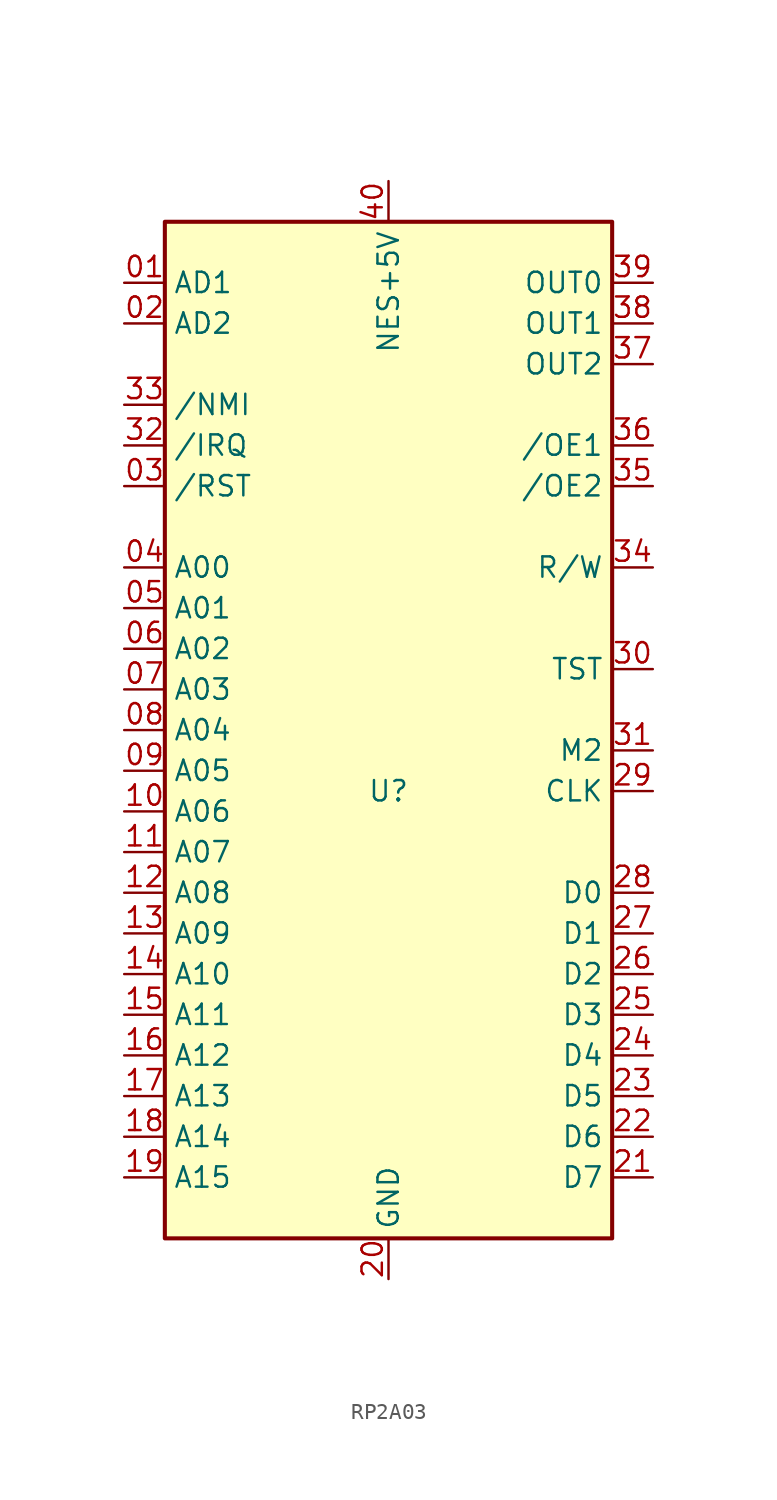
<source format=kicad_sym>
(kicad_symbol_lib
  (version 20231120)
  (generator "kicad_symbol_editor")
  (generator_version "8.0")
  (symbol "RP2A03"
    (property "Reference" "U"
      (at 0 -3.81 0)
      (effects (font (size 1.27 1.27))))
    (property "Value" ""
      (at 0 -3.81 0)
      (effects (font (size 1.27 1.27))))
    (symbol "RP2A03_1_1"
      (rectangle (start -13.97 31.75) (end 13.97 -31.75) (stroke (width 0.254) (type default)) (fill (type background)))
      (pin bidirectional line (at -16.51 27.94 0) (length 2.54) (name "AD1" (effects (font (size 1.27 1.27)))) (number "01" (effects (font (size 1.27 1.27)))))
      (pin bidirectional line (at -16.51 25.4 0) (length 2.54) (name "AD2" (effects (font (size 1.27 1.27)))) (number "02" (effects (font (size 1.27 1.27)))))
      (pin bidirectional line (at -16.51 15.24 0) (length 2.54) (name "/RST" (effects (font (size 1.27 1.27)))) (number "03" (effects (font (size 1.27 1.27)))))
      (pin bidirectional line (at -16.51 10.16 0) (length 2.54) (name "A00" (effects (font (size 1.27 1.27)))) (number "04" (effects (font (size 1.27 1.27)))))
      (pin bidirectional line (at -16.51 7.62 0) (length 2.54) (name "A01" (effects (font (size 1.27 1.27)))) (number "05" (effects (font (size 1.27 1.27)))))
      (pin bidirectional line (at -16.51 5.08 0) (length 2.54) (name "A02" (effects (font (size 1.27 1.27)))) (number "06" (effects (font (size 1.27 1.27)))))
      (pin bidirectional line (at -16.51 2.54 0) (length 2.54) (name "A03" (effects (font (size 1.27 1.27)))) (number "07" (effects (font (size 1.27 1.27)))))
      (pin bidirectional line (at -16.51 0 0) (length 2.54) (name "A04" (effects (font (size 1.27 1.27)))) (number "08" (effects (font (size 1.27 1.27)))))
      (pin bidirectional line (at -16.51 -2.54 0) (length 2.54) (name "A05" (effects (font (size 1.27 1.27)))) (number "09" (effects (font (size 1.27 1.27)))))
      (pin bidirectional line (at -16.51 -5.08 0) (length 2.54) (name "A06" (effects (font (size 1.27 1.27)))) (number "10" (effects (font (size 1.27 1.27)))))
      (pin bidirectional line (at -16.51 -7.62 0) (length 2.54) (name "A07" (effects (font (size 1.27 1.27)))) (number "11" (effects (font (size 1.27 1.27)))))
      (pin bidirectional line (at -16.51 -10.16 0) (length 2.54) (name "A08" (effects (font (size 1.27 1.27)))) (number "12" (effects (font (size 1.27 1.27)))))
      (pin bidirectional line (at -16.51 -12.7 0) (length 2.54) (name "A09" (effects (font (size 1.27 1.27)))) (number "13" (effects (font (size 1.27 1.27)))))
      (pin bidirectional line (at -16.51 -15.24 0) (length 2.54) (name "A10" (effects (font (size 1.27 1.27)))) (number "14" (effects (font (size 1.27 1.27)))))
      (pin bidirectional line (at -16.51 -17.78 0) (length 2.54) (name "A11" (effects (font (size 1.27 1.27)))) (number "15" (effects (font (size 1.27 1.27)))))
      (pin bidirectional line (at -16.51 -20.32 0) (length 2.54) (name "A12" (effects (font (size 1.27 1.27)))) (number "16" (effects (font (size 1.27 1.27)))))
      (pin bidirectional line (at -16.51 -22.86 0) (length 2.54) (name "A13" (effects (font (size 1.27 1.27)))) (number "17" (effects (font (size 1.27 1.27)))))
      (pin bidirectional line (at -16.51 -25.4 0) (length 2.54) (name "A14" (effects (font (size 1.27 1.27)))) (number "18" (effects (font (size 1.27 1.27)))))
      (pin bidirectional line (at -16.51 -27.94 0) (length 2.54) (name "A15" (effects (font (size 1.27 1.27)))) (number "19" (effects (font (size 1.27 1.27)))))
      (pin power_in line (at 0 -34.29 90) (length 2.54) (name "GND" (effects (font (size 1.27 1.27)))) (number "20" (effects (font (size 1.27 1.27)))))
      (pin bidirectional line (at 16.51 -27.94 180) (length 2.54) (name "D7" (effects (font (size 1.27 1.27)))) (number "21" (effects (font (size 1.27 1.27)))))
      (pin bidirectional line (at 16.51 -25.4 180) (length 2.54) (name "D6" (effects (font (size 1.27 1.27)))) (number "22" (effects (font (size 1.27 1.27)))))
      (pin bidirectional line (at 16.51 -22.86 180) (length 2.54) (name "D5" (effects (font (size 1.27 1.27)))) (number "23" (effects (font (size 1.27 1.27)))))
      (pin bidirectional line (at 16.51 -20.32 180) (length 2.54) (name "D4" (effects (font (size 1.27 1.27)))) (number "24" (effects (font (size 1.27 1.27)))))
      (pin bidirectional line (at 16.51 -17.78 180) (length 2.54) (name "D3" (effects (font (size 1.27 1.27)))) (number "25" (effects (font (size 1.27 1.27)))))
      (pin bidirectional line (at 16.51 -15.24 180) (length 2.54) (name "D2" (effects (font (size 1.27 1.27)))) (number "26" (effects (font (size 1.27 1.27)))))
      (pin bidirectional line (at 16.51 -12.7 180) (length 2.54) (name "D1" (effects (font (size 1.27 1.27)))) (number "27" (effects (font (size 1.27 1.27)))))
      (pin bidirectional line (at 16.51 -10.16 180) (length 2.54) (name "D0" (effects (font (size 1.27 1.27)))) (number "28" (effects (font (size 1.27 1.27)))))
      (pin bidirectional line (at 16.51 -3.81 180) (length 2.54) (name "CLK" (effects (font (size 1.27 1.27)))) (number "29" (effects (font (size 1.27 1.27)))))
      (pin bidirectional line (at 16.51 3.81 180) (length 2.54) (name "TST" (effects (font (size 1.27 1.27)))) (number "30" (effects (font (size 1.27 1.27)))))
      (pin bidirectional line (at 16.51 -1.27 180) (length 2.54) (name "M2" (effects (font (size 1.27 1.27)))) (number "31" (effects (font (size 1.27 1.27)))))
      (pin bidirectional line (at -16.51 17.78 0) (length 2.54) (name "/IRQ" (effects (font (size 1.27 1.27)))) (number "32" (effects (font (size 1.27 1.27)))))
      (pin bidirectional line (at -16.51 20.32 0) (length 2.54) (name "/NMI" (effects (font (size 1.27 1.27)))) (number "33" (effects (font (size 1.27 1.27)))))
      (pin bidirectional line (at 16.51 10.16 180) (length 2.54) (name "R/W" (effects (font (size 1.27 1.27)))) (number "34" (effects (font (size 1.27 1.27)))))
      (pin bidirectional line (at 16.51 15.24 180) (length 2.54) (name "/OE2" (effects (font (size 1.27 1.27)))) (number "35" (effects (font (size 1.27 1.27)))))
      (pin bidirectional line (at 16.51 17.78 180) (length 2.54) (name "/OE1" (effects (font (size 1.27 1.27)))) (number "36" (effects (font (size 1.27 1.27)))))
      (pin bidirectional line (at 16.51 22.86 180) (length 2.54) (name "OUT2" (effects (font (size 1.27 1.27)))) (number "37" (effects (font (size 1.27 1.27)))))
      (pin bidirectional line (at 16.51 25.4 180) (length 2.54) (name "OUT1" (effects (font (size 1.27 1.27)))) (number "38" (effects (font (size 1.27 1.27)))))
      (pin bidirectional line (at 16.51 27.94 180) (length 2.54) (name "OUT0" (effects (font (size 1.27 1.27)))) (number "39" (effects (font (size 1.27 1.27)))))
      (pin power_in line (at 0 34.29 270) (length 2.54) (name "NES+5V" (effects (font (size 1.27 1.27)))) (number "40" (effects (font (size 1.27 1.27))))))))
</source>
